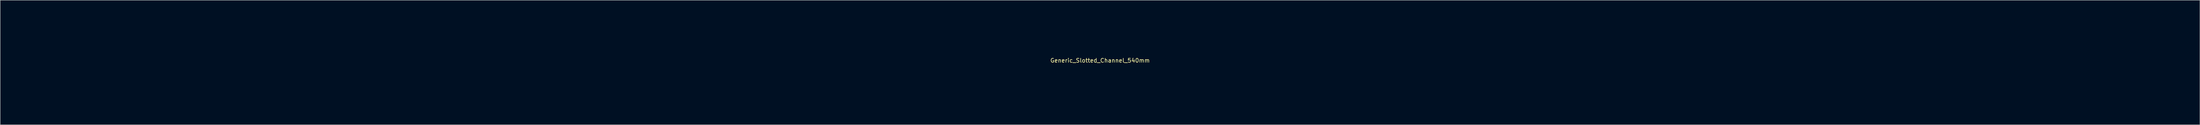
<source format=kicad_pcb>
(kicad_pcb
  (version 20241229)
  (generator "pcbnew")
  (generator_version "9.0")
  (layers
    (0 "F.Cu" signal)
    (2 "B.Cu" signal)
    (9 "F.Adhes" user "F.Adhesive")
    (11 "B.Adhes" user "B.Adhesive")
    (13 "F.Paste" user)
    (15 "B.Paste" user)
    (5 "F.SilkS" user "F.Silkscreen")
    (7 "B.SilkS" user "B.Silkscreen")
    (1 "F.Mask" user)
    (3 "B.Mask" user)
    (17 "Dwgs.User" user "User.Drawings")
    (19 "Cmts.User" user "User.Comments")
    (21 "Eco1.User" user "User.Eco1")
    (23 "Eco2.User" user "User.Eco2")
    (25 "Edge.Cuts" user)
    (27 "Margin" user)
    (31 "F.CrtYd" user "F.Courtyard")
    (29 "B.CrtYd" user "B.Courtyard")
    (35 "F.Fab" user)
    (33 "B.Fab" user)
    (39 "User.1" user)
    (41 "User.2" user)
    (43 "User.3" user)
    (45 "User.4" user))
  (footprint "Generic_Slotted_Channel_540mm"
    (layer "F.Cu")
    (at 270.025 12.525)
    (property "Reference" "Generic_Slotted_Channel_540mm" (at 0 -0.5 0) (unlocked yes) (layer "F.SilkS") (effects (font (size 1 1) (thickness 0.15))))
    (fp_line (start -270 -12.5) (end -270 -10.5) (stroke (width 0.05) (type solid)) (layer "User.1"))
    (fp_line (start -270 -12.5) (end -262 -12.5) (stroke (width 0.05) (type solid)) (layer "User.1"))
    (fp_line (start -270 -10.5) (end -270 10.5) (stroke (width 0.05) (type solid)) (layer "User.1"))
    (fp_line (start -270 -10.5) (end -262 -10.5) (stroke (width 0.05) (type solid)) (layer "User.1"))
    (fp_line (start -270 10.5) (end -270 12.5) (stroke (width 0.05) (type solid)) (layer "User.1"))
    (fp_line (start -270 10.5) (end -262 10.5) (stroke (width 0.05) (type solid)) (layer "User.1"))
    (fp_line (start -270 12.5) (end -262 12.5) (stroke (width 0.05) (type solid)) (layer "User.1"))
    (fp_line (start -262 -12.5) (end -262 -10.5) (stroke (width 0.05) (type solid)) (layer "User.1"))
    (fp_line (start -262 10.5) (end -262 12.5) (stroke (width 0.05) (type solid)) (layer "User.1"))
    (fp_line (start -261.5 -12.5) (end -262 -12.5) (stroke (width 0.05) (type solid)) (layer "User.1"))
    (fp_line (start -261.5 -10.5) (end -262 -10.5) (stroke (width 0.05) (type solid)) (layer "User.1"))
    (fp_line (start -261.5 10.5) (end -262 10.5) (stroke (width 0.05) (type solid)) (layer "User.1"))
    (fp_line (start -261.5 12.5) (end -262 12.5) (stroke (width 0.05) (type solid)) (layer "User.1"))
    (fp_line (start -261 -12.5) (end -261.5 -12.5) (stroke (width 0.05) (type solid)) (layer "User.1"))
    (fp_line (start -261 -10.5) (end -261.5 -10.5) (stroke (width 0.05) (type solid)) (layer "User.1"))
    (fp_line (start -261 10.5) (end -261.5 10.5) (stroke (width 0.05) (type solid)) (layer "User.1"))
    (fp_line (start -261 12.5) (end -261.5 12.5) (stroke (width 0.05) (type solid)) (layer "User.1"))
    (fp_line (start -260.5 -12.5) (end -261 -12.5) (stroke (width 0.05) (type solid)) (layer "User.1"))
    (fp_line (start -260.5 -10.5) (end -261 -10.5) (stroke (width 0.05) (type solid)) (layer "User.1"))
    (fp_line (start -260.5 10.5) (end -261 10.5) (stroke (width 0.05) (type solid)) (layer "User.1"))
    (fp_line (start -260.5 12.5) (end -261 12.5) (stroke (width 0.05) (type solid)) (layer "User.1"))
    (fp_line (start -260 -12.5) (end -260.5 -12.5) (stroke (width 0.05) (type solid)) (layer "User.1"))
    (fp_line (start -260 -12.5) (end -260 -10.5) (stroke (width 0.05) (type solid)) (layer "User.1"))
    (fp_line (start -260 -12.5) (end -244 -12.5) (stroke (width 0.05) (type solid)) (layer "User.1"))
    (fp_line (start -260 -10.5) (end -260.5 -10.5) (stroke (width 0.05) (type solid)) (layer "User.1"))
    (fp_line (start -260 -10.5) (end -244 -10.5) (stroke (width 0.05) (type solid)) (layer "User.1"))
    (fp_line (start -260 10.5) (end -260.5 10.5) (stroke (width 0.05) (type solid)) (layer "User.1"))
    (fp_line (start -260 10.5) (end -260 12.5) (stroke (width 0.05) (type solid)) (layer "User.1"))
    (fp_line (start -260 10.5) (end -244 10.5) (stroke (width 0.05) (type solid)) (layer "User.1"))
    (fp_line (start -260 12.5) (end -260.5 12.5) (stroke (width 0.05) (type solid)) (layer "User.1"))
    (fp_line (start -260 12.5) (end -244 12.5) (stroke (width 0.05) (type solid)) (layer "User.1"))
    (fp_line (start -244 -12.5) (end -244 -10.5) (stroke (width 0.05) (type solid)) (layer "User.1"))
    (fp_line (start -244 10.5) (end -244 12.5) (stroke (width 0.05) (type solid)) (layer "User.1"))
    (fp_line (start -243.5 -12.5) (end -244 -12.5) (stroke (width 0.05) (type solid)) (layer "User.1"))
    (fp_line (start -243.5 -10.5) (end -244 -10.5) (stroke (width 0.05) (type solid)) (layer "User.1"))
    (fp_line (start -243.5 10.5) (end -244 10.5) (stroke (width 0.05) (type solid)) (layer "User.1"))
    (fp_line (start -243.5 12.5) (end -244 12.5) (stroke (width 0.05) (type solid)) (layer "User.1"))
    (fp_line (start -243 -12.5) (end -243.5 -12.5) (stroke (width 0.05) (type solid)) (layer "User.1"))
    (fp_line (start -243 -10.5) (end -243.5 -10.5) (stroke (width 0.05) (type solid)) (layer "User.1"))
    (fp_line (start -243 10.5) (end -243.5 10.5) (stroke (width 0.05) (type solid)) (layer "User.1"))
    (fp_line (start -243 12.5) (end -243.5 12.5) (stroke (width 0.05) (type solid)) (layer "User.1"))
    (fp_line (start -242.5 -12.5) (end -243 -12.5) (stroke (width 0.05) (type solid)) (layer "User.1"))
    (fp_line (start -242.5 -10.5) (end -243 -10.5) (stroke (width 0.05) (type solid)) (layer "User.1"))
    (fp_line (start -242.5 10.5) (end -243 10.5) (stroke (width 0.05) (type solid)) (layer "User.1"))
    (fp_line (start -242.5 12.5) (end -243 12.5) (stroke (width 0.05) (type solid)) (layer "User.1"))
    (fp_line (start -242 -12.5) (end -242.5 -12.5) (stroke (width 0.05) (type solid)) (layer "User.1"))
    (fp_line (start -242 -12.5) (end -242 -10.5) (stroke (width 0.05) (type solid)) (layer "User.1"))
    (fp_line (start -242 -12.5) (end -226 -12.5) (stroke (width 0.05) (type solid)) (layer "User.1"))
    (fp_line (start -242 -10.5) (end -242.5 -10.5) (stroke (width 0.05) (type solid)) (layer "User.1"))
    (fp_line (start -242 -10.5) (end -226 -10.5) (stroke (width 0.05) (type solid)) (layer "User.1"))
    (fp_line (start -242 10.5) (end -242.5 10.5) (stroke (width 0.05) (type solid)) (layer "User.1"))
    (fp_line (start -242 10.5) (end -242 12.5) (stroke (width 0.05) (type solid)) (layer "User.1"))
    (fp_line (start -242 10.5) (end -226 10.5) (stroke (width 0.05) (type solid)) (layer "User.1"))
    (fp_line (start -242 12.5) (end -242.5 12.5) (stroke (width 0.05) (type solid)) (layer "User.1"))
    (fp_line (start -242 12.5) (end -226 12.5) (stroke (width 0.05) (type solid)) (layer "User.1"))
    (fp_line (start -226 -12.5) (end -226 -10.5) (stroke (width 0.05) (type solid)) (layer "User.1"))
    (fp_line (start -226 10.5) (end -226 12.5) (stroke (width 0.05) (type solid)) (layer "User.1"))
    (fp_line (start -225.5 -12.5) (end -226 -12.5) (stroke (width 0.05) (type solid)) (layer "User.1"))
    (fp_line (start -225.5 -10.5) (end -226 -10.5) (stroke (width 0.05) (type solid)) (layer "User.1"))
    (fp_line (start -225.5 10.5) (end -226 10.5) (stroke (width 0.05) (type solid)) (layer "User.1"))
    (fp_line (start -225.5 12.5) (end -226 12.5) (stroke (width 0.05) (type solid)) (layer "User.1"))
    (fp_line (start -225 -12.5) (end -225.5 -12.5) (stroke (width 0.05) (type solid)) (layer "User.1"))
    (fp_line (start -225 -10.5) (end -225.5 -10.5) (stroke (width 0.05) (type solid)) (layer "User.1"))
    (fp_line (start -225 10.5) (end -225.5 10.5) (stroke (width 0.05) (type solid)) (layer "User.1"))
    (fp_line (start -225 12.5) (end -225.5 12.5) (stroke (width 0.05) (type solid)) (layer "User.1"))
    (fp_line (start -224.5 -12.5) (end -225 -12.5) (stroke (width 0.05) (type solid)) (layer "User.1"))
    (fp_line (start -224.5 -10.5) (end -225 -10.5) (stroke (width 0.05) (type solid)) (layer "User.1"))
    (fp_line (start -224.5 10.5) (end -225 10.5) (stroke (width 0.05) (type solid)) (layer "User.1"))
    (fp_line (start -224.5 12.5) (end -225 12.5) (stroke (width 0.05) (type solid)) (layer "User.1"))
    (fp_line (start -224 -12.5) (end -224.5 -12.5) (stroke (width 0.05) (type solid)) (layer "User.1"))
    (fp_line (start -224 -12.5) (end -224 -10.5) (stroke (width 0.05) (type solid)) (layer "User.1"))
    (fp_line (start -224 -12.5) (end -208 -12.5) (stroke (width 0.05) (type solid)) (layer "User.1"))
    (fp_line (start -224 -10.5) (end -224.5 -10.5) (stroke (width 0.05) (type solid)) (layer "User.1"))
    (fp_line (start -224 -10.5) (end -208 -10.5) (stroke (width 0.05) (type solid)) (layer "User.1"))
    (fp_line (start -224 10.5) (end -224.5 10.5) (stroke (width 0.05) (type solid)) (layer "User.1"))
    (fp_line (start -224 10.5) (end -224 12.5) (stroke (width 0.05) (type solid)) (layer "User.1"))
    (fp_line (start -224 10.5) (end -208 10.5) (stroke (width 0.05) (type solid)) (layer "User.1"))
    (fp_line (start -224 12.5) (end -224.5 12.5) (stroke (width 0.05) (type solid)) (layer "User.1"))
    (fp_line (start -224 12.5) (end -208 12.5) (stroke (width 0.05) (type solid)) (layer "User.1"))
    (fp_line (start -208 -12.5) (end -208 -10.5) (stroke (width 0.05) (type solid)) (layer "User.1"))
    (fp_line (start -208 10.5) (end -208 12.5) (stroke (width 0.05) (type solid)) (layer "User.1"))
    (fp_line (start -207.5 -12.5) (end -208 -12.5) (stroke (width 0.05) (type solid)) (layer "User.1"))
    (fp_line (start -207.5 -10.5) (end -208 -10.5) (stroke (width 0.05) (type solid)) (layer "User.1"))
    (fp_line (start -207.5 10.5) (end -208 10.5) (stroke (width 0.05) (type solid)) (layer "User.1"))
    (fp_line (start -207.5 12.5) (end -208 12.5) (stroke (width 0.05) (type solid)) (layer "User.1"))
    (fp_line (start -207 -12.5) (end -207.5 -12.5) (stroke (width 0.05) (type solid)) (layer "User.1"))
    (fp_line (start -207 -10.5) (end -207.5 -10.5) (stroke (width 0.05) (type solid)) (layer "User.1"))
    (fp_line (start -207 10.5) (end -207.5 10.5) (stroke (width 0.05) (type solid)) (layer "User.1"))
    (fp_line (start -207 12.5) (end -207.5 12.5) (stroke (width 0.05) (type solid)) (layer "User.1"))
    (fp_line (start -206.5 -12.5) (end -207 -12.5) (stroke (width 0.05) (type solid)) (layer "User.1"))
    (fp_line (start -206.5 -10.5) (end -207 -10.5) (stroke (width 0.05) (type solid)) (layer "User.1"))
    (fp_line (start -206.5 10.5) (end -207 10.5) (stroke (width 0.05) (type solid)) (layer "User.1"))
    (fp_line (start -206.5 12.5) (end -207 12.5) (stroke (width 0.05) (type solid)) (layer "User.1"))
    (fp_line (start -206 -12.5) (end -206.5 -12.5) (stroke (width 0.05) (type solid)) (layer "User.1"))
    (fp_line (start -206 -12.5) (end -206 -10.5) (stroke (width 0.05) (type solid)) (layer "User.1"))
    (fp_line (start -206 -12.5) (end -190 -12.5) (stroke (width 0.05) (type solid)) (layer "User.1"))
    (fp_line (start -206 -10.5) (end -206.5 -10.5) (stroke (width 0.05) (type solid)) (layer "User.1"))
    (fp_line (start -206 -10.5) (end -190 -10.5) (stroke (width 0.05) (type solid)) (layer "User.1"))
    (fp_line (start -206 10.5) (end -206.5 10.5) (stroke (width 0.05) (type solid)) (layer "User.1"))
    (fp_line (start -206 10.5) (end -206 12.5) (stroke (width 0.05) (type solid)) (layer "User.1"))
    (fp_line (start -206 10.5) (end -190 10.5) (stroke (width 0.05) (type solid)) (layer "User.1"))
    (fp_line (start -206 12.5) (end -206.5 12.5) (stroke (width 0.05) (type solid)) (layer "User.1"))
    (fp_line (start -206 12.5) (end -190 12.5) (stroke (width 0.05) (type solid)) (layer "User.1"))
    (fp_line (start -190 -12.5) (end -190 -10.5) (stroke (width 0.05) (type solid)) (layer "User.1"))
    (fp_line (start -190 10.5) (end -190 12.5) (stroke (width 0.05) (type solid)) (layer "User.1"))
    (fp_line (start -189.5 -12.5) (end -190 -12.5) (stroke (width 0.05) (type solid)) (layer "User.1"))
    (fp_line (start -189.5 -10.5) (end -190 -10.5) (stroke (width 0.05) (type solid)) (layer "User.1"))
    (fp_line (start -189.5 10.5) (end -190 10.5) (stroke (width 0.05) (type solid)) (layer "User.1"))
    (fp_line (start -189.5 12.5) (end -190 12.5) (stroke (width 0.05) (type solid)) (layer "User.1"))
    (fp_line (start -189 -12.5) (end -189.5 -12.5) (stroke (width 0.05) (type solid)) (layer "User.1"))
    (fp_line (start -189 -10.5) (end -189.5 -10.5) (stroke (width 0.05) (type solid)) (layer "User.1"))
    (fp_line (start -189 10.5) (end -189.5 10.5) (stroke (width 0.05) (type solid)) (layer "User.1"))
    (fp_line (start -189 12.5) (end -189.5 12.5) (stroke (width 0.05) (type solid)) (layer "User.1"))
    (fp_line (start -188.5 -12.5) (end -189 -12.5) (stroke (width 0.05) (type solid)) (layer "User.1"))
    (fp_line (start -188.5 -10.5) (end -189 -10.5) (stroke (width 0.05) (type solid)) (layer "User.1"))
    (fp_line (start -188.5 10.5) (end -189 10.5) (stroke (width 0.05) (type solid)) (layer "User.1"))
    (fp_line (start -188.5 12.5) (end -189 12.5) (stroke (width 0.05) (type solid)) (layer "User.1"))
    (fp_line (start -188 -12.5) (end -188.5 -12.5) (stroke (width 0.05) (type solid)) (layer "User.1"))
    (fp_line (start -188 -12.5) (end -188 -10.5) (stroke (width 0.05) (type solid)) (layer "User.1"))
    (fp_line (start -188 -12.5) (end -172 -12.5) (stroke (width 0.05) (type solid)) (layer "User.1"))
    (fp_line (start -188 -10.5) (end -188.5 -10.5) (stroke (width 0.05) (type solid)) (layer "User.1"))
    (fp_line (start -188 -10.5) (end -172 -10.5) (stroke (width 0.05) (type solid)) (layer "User.1"))
    (fp_line (start -188 10.5) (end -188.5 10.5) (stroke (width 0.05) (type solid)) (layer "User.1"))
    (fp_line (start -188 10.5) (end -188 12.5) (stroke (width 0.05) (type solid)) (layer "User.1"))
    (fp_line (start -188 10.5) (end -172 10.5) (stroke (width 0.05) (type solid)) (layer "User.1"))
    (fp_line (start -188 12.5) (end -188.5 12.5) (stroke (width 0.05) (type solid)) (layer "User.1"))
    (fp_line (start -188 12.5) (end -172 12.5) (stroke (width 0.05) (type solid)) (layer "User.1"))
    (fp_line (start -172 -12.5) (end -172 -10.5) (stroke (width 0.05) (type solid)) (layer "User.1"))
    (fp_line (start -172 10.5) (end -172 12.5) (stroke (width 0.05) (type solid)) (layer "User.1"))
    (fp_line (start -171.5 -12.5) (end -172 -12.5) (stroke (width 0.05) (type solid)) (layer "User.1"))
    (fp_line (start -171.5 -10.5) (end -172 -10.5) (stroke (width 0.05) (type solid)) (layer "User.1"))
    (fp_line (start -171.5 10.5) (end -172 10.5) (stroke (width 0.05) (type solid)) (layer "User.1"))
    (fp_line (start -171.5 12.5) (end -172 12.5) (stroke (width 0.05) (type solid)) (layer "User.1"))
    (fp_line (start -171 -12.5) (end -171.5 -12.5) (stroke (width 0.05) (type solid)) (layer "User.1"))
    (fp_line (start -171 -10.5) (end -171.5 -10.5) (stroke (width 0.05) (type solid)) (layer "User.1"))
    (fp_line (start -171 10.5) (end -171.5 10.5) (stroke (width 0.05) (type solid)) (layer "User.1"))
    (fp_line (start -171 12.5) (end -171.5 12.5) (stroke (width 0.05) (type solid)) (layer "User.1"))
    (fp_line (start -170.5 -12.5) (end -171 -12.5) (stroke (width 0.05) (type solid)) (layer "User.1"))
    (fp_line (start -170.5 -10.5) (end -171 -10.5) (stroke (width 0.05) (type solid)) (layer "User.1"))
    (fp_line (start -170.5 10.5) (end -171 10.5) (stroke (width 0.05) (type solid)) (layer "User.1"))
    (fp_line (start -170.5 12.5) (end -171 12.5) (stroke (width 0.05) (type solid)) (layer "User.1"))
    (fp_line (start -170 -12.5) (end -170.5 -12.5) (stroke (width 0.05) (type solid)) (layer "User.1"))
    (fp_line (start -170 -12.5) (end -170 -10.5) (stroke (width 0.05) (type solid)) (layer "User.1"))
    (fp_line (start -170 -12.5) (end -154 -12.5) (stroke (width 0.05) (type solid)) (layer "User.1"))
    (fp_line (start -170 -10.5) (end -170.5 -10.5) (stroke (width 0.05) (type solid)) (layer "User.1"))
    (fp_line (start -170 -10.5) (end -154 -10.5) (stroke (width 0.05) (type solid)) (layer "User.1"))
    (fp_line (start -170 10.5) (end -170.5 10.5) (stroke (width 0.05) (type solid)) (layer "User.1"))
    (fp_line (start -170 10.5) (end -170 12.5) (stroke (width 0.05) (type solid)) (layer "User.1"))
    (fp_line (start -170 10.5) (end -154 10.5) (stroke (width 0.05) (type solid)) (layer "User.1"))
    (fp_line (start -170 12.5) (end -170.5 12.5) (stroke (width 0.05) (type solid)) (layer "User.1"))
    (fp_line (start -170 12.5) (end -154 12.5) (stroke (width 0.05) (type solid)) (layer "User.1"))
    (fp_line (start -154 -12.5) (end -154 -10.5) (stroke (width 0.05) (type solid)) (layer "User.1"))
    (fp_line (start -154 10.5) (end -154 12.5) (stroke (width 0.05) (type solid)) (layer "User.1"))
    (fp_line (start -153.5 -12.5) (end -154 -12.5) (stroke (width 0.05) (type solid)) (layer "User.1"))
    (fp_line (start -153.5 -10.5) (end -154 -10.5) (stroke (width 0.05) (type solid)) (layer "User.1"))
    (fp_line (start -153.5 10.5) (end -154 10.5) (stroke (width 0.05) (type solid)) (layer "User.1"))
    (fp_line (start -153.5 12.5) (end -154 12.5) (stroke (width 0.05) (type solid)) (layer "User.1"))
    (fp_line (start -153 -12.5) (end -153.5 -12.5) (stroke (width 0.05) (type solid)) (layer "User.1"))
    (fp_line (start -153 -10.5) (end -153.5 -10.5) (stroke (width 0.05) (type solid)) (layer "User.1"))
    (fp_line (start -153 10.5) (end -153.5 10.5) (stroke (width 0.05) (type solid)) (layer "User.1"))
    (fp_line (start -153 12.5) (end -153.5 12.5) (stroke (width 0.05) (type solid)) (layer "User.1"))
    (fp_line (start -152.5 -12.5) (end -153 -12.5) (stroke (width 0.05) (type solid)) (layer "User.1"))
    (fp_line (start -152.5 -10.5) (end -153 -10.5) (stroke (width 0.05) (type solid)) (layer "User.1"))
    (fp_line (start -152.5 10.5) (end -153 10.5) (stroke (width 0.05) (type solid)) (layer "User.1"))
    (fp_line (start -152.5 12.5) (end -153 12.5) (stroke (width 0.05) (type solid)) (layer "User.1"))
    (fp_line (start -152 -12.5) (end -152.5 -12.5) (stroke (width 0.05) (type solid)) (layer "User.1"))
    (fp_line (start -152 -12.5) (end -152 -10.5) (stroke (width 0.05) (type solid)) (layer "User.1"))
    (fp_line (start -152 -12.5) (end -136 -12.5) (stroke (width 0.05) (type solid)) (layer "User.1"))
    (fp_line (start -152 -10.5) (end -152.5 -10.5) (stroke (width 0.05) (type solid)) (layer "User.1"))
    (fp_line (start -152 -10.5) (end -136 -10.5) (stroke (width 0.05) (type solid)) (layer "User.1"))
    (fp_line (start -152 10.5) (end -152.5 10.5) (stroke (width 0.05) (type solid)) (layer "User.1"))
    (fp_line (start -152 10.5) (end -152 12.5) (stroke (width 0.05) (type solid)) (layer "User.1"))
    (fp_line (start -152 10.5) (end -136 10.5) (stroke (width 0.05) (type solid)) (layer "User.1"))
    (fp_line (start -152 12.5) (end -152.5 12.5) (stroke (width 0.05) (type solid)) (layer "User.1"))
    (fp_line (start -152 12.5) (end -136 12.5) (stroke (width 0.05) (type solid)) (layer "User.1"))
    (fp_line (start -136 -12.5) (end -136 -10.5) (stroke (width 0.05) (type solid)) (layer "User.1"))
    (fp_line (start -136 10.5) (end -136 12.5) (stroke (width 0.05) (type solid)) (layer "User.1"))
    (fp_line (start -135.5 -12.5) (end -136 -12.5) (stroke (width 0.05) (type solid)) (layer "User.1"))
    (fp_line (start -135.5 -10.5) (end -136 -10.5) (stroke (width 0.05) (type solid)) (layer "User.1"))
    (fp_line (start -135.5 10.5) (end -136 10.5) (stroke (width 0.05) (type solid)) (layer "User.1"))
    (fp_line (start -135.5 12.5) (end -136 12.5) (stroke (width 0.05) (type solid)) (layer "User.1"))
    (fp_line (start -135 -12.5) (end -135.5 -12.5) (stroke (width 0.05) (type solid)) (layer "User.1"))
    (fp_line (start -135 -10.5) (end -135.5 -10.5) (stroke (width 0.05) (type solid)) (layer "User.1"))
    (fp_line (start -135 10.5) (end -135.5 10.5) (stroke (width 0.05) (type solid)) (layer "User.1"))
    (fp_line (start -135 12.5) (end -135.5 12.5) (stroke (width 0.05) (type solid)) (layer "User.1"))
    (fp_line (start -134.5 -12.5) (end -135 -12.5) (stroke (width 0.05) (type solid)) (layer "User.1"))
    (fp_line (start -134.5 -10.5) (end -135 -10.5) (stroke (width 0.05) (type solid)) (layer "User.1"))
    (fp_line (start -134.5 10.5) (end -135 10.5) (stroke (width 0.05) (type solid)) (layer "User.1"))
    (fp_line (start -134.5 12.5) (end -135 12.5) (stroke (width 0.05) (type solid)) (layer "User.1"))
    (fp_line (start -134 -12.5) (end -134.5 -12.5) (stroke (width 0.05) (type solid)) (layer "User.1"))
    (fp_line (start -134 -12.5) (end -134 -10.5) (stroke (width 0.05) (type solid)) (layer "User.1"))
    (fp_line (start -134 -12.5) (end -118 -12.5) (stroke (width 0.05) (type solid)) (layer "User.1"))
    (fp_line (start -134 -10.5) (end -134.5 -10.5) (stroke (width 0.05) (type solid)) (layer "User.1"))
    (fp_line (start -134 -10.5) (end -118 -10.5) (stroke (width 0.05) (type solid)) (layer "User.1"))
    (fp_line (start -134 10.5) (end -134.5 10.5) (stroke (width 0.05) (type solid)) (layer "User.1"))
    (fp_line (start -134 10.5) (end -134 12.5) (stroke (width 0.05) (type solid)) (layer "User.1"))
    (fp_line (start -134 10.5) (end -118 10.5) (stroke (width 0.05) (type solid)) (layer "User.1"))
    (fp_line (start -134 12.5) (end -134.5 12.5) (stroke (width 0.05) (type solid)) (layer "User.1"))
    (fp_line (start -134 12.5) (end -118 12.5) (stroke (width 0.05) (type solid)) (layer "User.1"))
    (fp_line (start -118 -12.5) (end -118 -10.5) (stroke (width 0.05) (type solid)) (layer "User.1"))
    (fp_line (start -118 10.5) (end -118 12.5) (stroke (width 0.05) (type solid)) (layer "User.1"))
    (fp_line (start -117.5 -12.5) (end -118 -12.5) (stroke (width 0.05) (type solid)) (layer "User.1"))
    (fp_line (start -117.5 -10.5) (end -118 -10.5) (stroke (width 0.05) (type solid)) (layer "User.1"))
    (fp_line (start -117.5 10.5) (end -118 10.5) (stroke (width 0.05) (type solid)) (layer "User.1"))
    (fp_line (start -117.5 12.5) (end -118 12.5) (stroke (width 0.05) (type solid)) (layer "User.1"))
    (fp_line (start -117 -12.5) (end -117.5 -12.5) (stroke (width 0.05) (type solid)) (layer "User.1"))
    (fp_line (start -117 -10.5) (end -117.5 -10.5) (stroke (width 0.05) (type solid)) (layer "User.1"))
    (fp_line (start -117 10.5) (end -117.5 10.5) (stroke (width 0.05) (type solid)) (layer "User.1"))
    (fp_line (start -117 12.5) (end -117.5 12.5) (stroke (width 0.05) (type solid)) (layer "User.1"))
    (fp_line (start -116.5 -12.5) (end -117 -12.5) (stroke (width 0.05) (type solid)) (layer "User.1"))
    (fp_line (start -116.5 -10.5) (end -117 -10.5) (stroke (width 0.05) (type solid)) (layer "User.1"))
    (fp_line (start -116.5 10.5) (end -117 10.5) (stroke (width 0.05) (type solid)) (layer "User.1"))
    (fp_line (start -116.5 12.5) (end -117 12.5) (stroke (width 0.05) (type solid)) (layer "User.1"))
    (fp_line (start -116 -12.5) (end -116.5 -12.5) (stroke (width 0.05) (type solid)) (layer "User.1"))
    (fp_line (start -116 -12.5) (end -116 -10.5) (stroke (width 0.05) (type solid)) (layer "User.1"))
    (fp_line (start -116 -12.5) (end -100 -12.5) (stroke (width 0.05) (type solid)) (layer "User.1"))
    (fp_line (start -116 -10.5) (end -116.5 -10.5) (stroke (width 0.05) (type solid)) (layer "User.1"))
    (fp_line (start -116 -10.5) (end -100 -10.5) (stroke (width 0.05) (type solid)) (layer "User.1"))
    (fp_line (start -116 10.5) (end -116.5 10.5) (stroke (width 0.05) (type solid)) (layer "User.1"))
    (fp_line (start -116 10.5) (end -116 12.5) (stroke (width 0.05) (type solid)) (layer "User.1"))
    (fp_line (start -116 10.5) (end -100 10.5) (stroke (width 0.05) (type solid)) (layer "User.1"))
    (fp_line (start -116 12.5) (end -116.5 12.5) (stroke (width 0.05) (type solid)) (layer "User.1"))
    (fp_line (start -116 12.5) (end -100 12.5) (stroke (width 0.05) (type solid)) (layer "User.1"))
    (fp_line (start -100 -12.5) (end -100 -10.5) (stroke (width 0.05) (type solid)) (layer "User.1"))
    (fp_line (start -100 10.5) (end -100 12.5) (stroke (width 0.05) (type solid)) (layer "User.1"))
    (fp_line (start -99.5 -12.5) (end -100 -12.5) (stroke (width 0.05) (type solid)) (layer "User.1"))
    (fp_line (start -99.5 -10.5) (end -100 -10.5) (stroke (width 0.05) (type solid)) (layer "User.1"))
    (fp_line (start -99.5 10.5) (end -100 10.5) (stroke (width 0.05) (type solid)) (layer "User.1"))
    (fp_line (start -99.5 12.5) (end -100 12.5) (stroke (width 0.05) (type solid)) (layer "User.1"))
    (fp_line (start -99 -12.5) (end -99.5 -12.5) (stroke (width 0.05) (type solid)) (layer "User.1"))
    (fp_line (start -99 -10.5) (end -99.5 -10.5) (stroke (width 0.05) (type solid)) (layer "User.1"))
    (fp_line (start -99 10.5) (end -99.5 10.5) (stroke (width 0.05) (type solid)) (layer "User.1"))
    (fp_line (start -99 12.5) (end -99.5 12.5) (stroke (width 0.05) (type solid)) (layer "User.1"))
    (fp_line (start -98.5 -12.5) (end -99 -12.5) (stroke (width 0.05) (type solid)) (layer "User.1"))
    (fp_line (start -98.5 -10.5) (end -99 -10.5) (stroke (width 0.05) (type solid)) (layer "User.1"))
    (fp_line (start -98.5 10.5) (end -99 10.5) (stroke (width 0.05) (type solid)) (layer "User.1"))
    (fp_line (start -98.5 12.5) (end -99 12.5) (stroke (width 0.05) (type solid)) (layer "User.1"))
    (fp_line (start -98 -12.5) (end -98.5 -12.5) (stroke (width 0.05) (type solid)) (layer "User.1"))
    (fp_line (start -98 -12.5) (end -98 -10.5) (stroke (width 0.05) (type solid)) (layer "User.1"))
    (fp_line (start -98 -12.5) (end -82 -12.5) (stroke (width 0.05) (type solid)) (layer "User.1"))
    (fp_line (start -98 -10.5) (end -98.5 -10.5) (stroke (width 0.05) (type solid)) (layer "User.1"))
    (fp_line (start -98 -10.5) (end -82 -10.5) (stroke (width 0.05) (type solid)) (layer "User.1"))
    (fp_line (start -98 10.5) (end -98.5 10.5) (stroke (width 0.05) (type solid)) (layer "User.1"))
    (fp_line (start -98 10.5) (end -98 12.5) (stroke (width 0.05) (type solid)) (layer "User.1"))
    (fp_line (start -98 10.5) (end -82 10.5) (stroke (width 0.05) (type solid)) (layer "User.1"))
    (fp_line (start -98 12.5) (end -98.5 12.5) (stroke (width 0.05) (type solid)) (layer "User.1"))
    (fp_line (start -98 12.5) (end -82 12.5) (stroke (width 0.05) (type solid)) (layer "User.1"))
    (fp_line (start -82 -12.5) (end -82 -10.5) (stroke (width 0.05) (type solid)) (layer "User.1"))
    (fp_line (start -82 10.5) (end -82 12.5) (stroke (width 0.05) (type solid)) (layer "User.1"))
    (fp_line (start -81.5 -12.5) (end -82 -12.5) (stroke (width 0.05) (type solid)) (layer "User.1"))
    (fp_line (start -81.5 -10.5) (end -82 -10.5) (stroke (width 0.05) (type solid)) (layer "User.1"))
    (fp_line (start -81.5 10.5) (end -82 10.5) (stroke (width 0.05) (type solid)) (layer "User.1"))
    (fp_line (start -81.5 12.5) (end -82 12.5) (stroke (width 0.05) (type solid)) (layer "User.1"))
    (fp_line (start -81 -12.5) (end -81.5 -12.5) (stroke (width 0.05) (type solid)) (layer "User.1"))
    (fp_line (start -81 -10.5) (end -81.5 -10.5) (stroke (width 0.05) (type solid)) (layer "User.1"))
    (fp_line (start -81 10.5) (end -81.5 10.5) (stroke (width 0.05) (type solid)) (layer "User.1"))
    (fp_line (start -81 12.5) (end -81.5 12.5) (stroke (width 0.05) (type solid)) (layer "User.1"))
    (fp_line (start -80.5 -12.5) (end -81 -12.5) (stroke (width 0.05) (type solid)) (layer "User.1"))
    (fp_line (start -80.5 -10.5) (end -81 -10.5) (stroke (width 0.05) (type solid)) (layer "User.1"))
    (fp_line (start -80.5 10.5) (end -81 10.5) (stroke (width 0.05) (type solid)) (layer "User.1"))
    (fp_line (start -80.5 12.5) (end -81 12.5) (stroke (width 0.05) (type solid)) (layer "User.1"))
    (fp_line (start -80 -12.5) (end -80.5 -12.5) (stroke (width 0.05) (type solid)) (layer "User.1"))
    (fp_line (start -80 -12.5) (end -80 -10.5) (stroke (width 0.05) (type solid)) (layer "User.1"))
    (fp_line (start -80 -12.5) (end -64 -12.5) (stroke (width 0.05) (type solid)) (layer "User.1"))
    (fp_line (start -80 -10.5) (end -80.5 -10.5) (stroke (width 0.05) (type solid)) (layer "User.1"))
    (fp_line (start -80 -10.5) (end -64 -10.5) (stroke (width 0.05) (type solid)) (layer "User.1"))
    (fp_line (start -80 10.5) (end -80.5 10.5) (stroke (width 0.05) (type solid)) (layer "User.1"))
    (fp_line (start -80 10.5) (end -80 12.5) (stroke (width 0.05) (type solid)) (layer "User.1"))
    (fp_line (start -80 10.5) (end -64 10.5) (stroke (width 0.05) (type solid)) (layer "User.1"))
    (fp_line (start -80 12.5) (end -80.5 12.5) (stroke (width 0.05) (type solid)) (layer "User.1"))
    (fp_line (start -80 12.5) (end -64 12.5) (stroke (width 0.05) (type solid)) (layer "User.1"))
    (fp_line (start -64 -12.5) (end -64 -10.5) (stroke (width 0.05) (type solid)) (layer "User.1"))
    (fp_line (start -64 10.5) (end -64 12.5) (stroke (width 0.05) (type solid)) (layer "User.1"))
    (fp_line (start -63.5 -12.5) (end -64 -12.5) (stroke (width 0.05) (type solid)) (layer "User.1"))
    (fp_line (start -63.5 -10.5) (end -64 -10.5) (stroke (width 0.05) (type solid)) (layer "User.1"))
    (fp_line (start -63.5 10.5) (end -64 10.5) (stroke (width 0.05) (type solid)) (layer "User.1"))
    (fp_line (start -63.5 12.5) (end -64 12.5) (stroke (width 0.05) (type solid)) (layer "User.1"))
    (fp_line (start -63 -12.5) (end -63.5 -12.5) (stroke (width 0.05) (type solid)) (layer "User.1"))
    (fp_line (start -63 -10.5) (end -63.5 -10.5) (stroke (width 0.05) (type solid)) (layer "User.1"))
    (fp_line (start -63 10.5) (end -63.5 10.5) (stroke (width 0.05) (type solid)) (layer "User.1"))
    (fp_line (start -63 12.5) (end -63.5 12.5) (stroke (width 0.05) (type solid)) (layer "User.1"))
    (fp_line (start -62.5 -12.5) (end -63 -12.5) (stroke (width 0.05) (type solid)) (layer "User.1"))
    (fp_line (start -62.5 -10.5) (end -63 -10.5) (stroke (width 0.05) (type solid)) (layer "User.1"))
    (fp_line (start -62.5 10.5) (end -63 10.5) (stroke (width 0.05) (type solid)) (layer "User.1"))
    (fp_line (start -62.5 12.5) (end -63 12.5) (stroke (width 0.05) (type solid)) (layer "User.1"))
    (fp_line (start -62 -12.5) (end -62.5 -12.5) (stroke (width 0.05) (type solid)) (layer "User.1"))
    (fp_line (start -62 -12.5) (end -62 -10.5) (stroke (width 0.05) (type solid)) (layer "User.1"))
    (fp_line (start -62 -12.5) (end -46 -12.5) (stroke (width 0.05) (type solid)) (layer "User.1"))
    (fp_line (start -62 -10.5) (end -62.5 -10.5) (stroke (width 0.05) (type solid)) (layer "User.1"))
    (fp_line (start -62 -10.5) (end -46 -10.5) (stroke (width 0.05) (type solid)) (layer "User.1"))
    (fp_line (start -62 10.5) (end -62.5 10.5) (stroke (width 0.05) (type solid)) (layer "User.1"))
    (fp_line (start -62 10.5) (end -62 12.5) (stroke (width 0.05) (type solid)) (layer "User.1"))
    (fp_line (start -62 10.5) (end -46 10.5) (stroke (width 0.05) (type solid)) (layer "User.1"))
    (fp_line (start -62 12.5) (end -62.5 12.5) (stroke (width 0.05) (type solid)) (layer "User.1"))
    (fp_line (start -62 12.5) (end -46 12.5) (stroke (width 0.05) (type solid)) (layer "User.1"))
    (fp_line (start -46 -12.5) (end -46 -10.5) (stroke (width 0.05) (type solid)) (layer "User.1"))
    (fp_line (start -46 10.5) (end -46 12.5) (stroke (width 0.05) (type solid)) (layer "User.1"))
    (fp_line (start -45.5 -12.5) (end -46 -12.5) (stroke (width 0.05) (type solid)) (layer "User.1"))
    (fp_line (start -45.5 -10.5) (end -46 -10.5) (stroke (width 0.05) (type solid)) (layer "User.1"))
    (fp_line (start -45.5 10.5) (end -46 10.5) (stroke (width 0.05) (type solid)) (layer "User.1"))
    (fp_line (start -45.5 12.5) (end -46 12.5) (stroke (width 0.05) (type solid)) (layer "User.1"))
    (fp_line (start -45 -12.5) (end -45.5 -12.5) (stroke (width 0.05) (type solid)) (layer "User.1"))
    (fp_line (start -45 -10.5) (end -45.5 -10.5) (stroke (width 0.05) (type solid)) (layer "User.1"))
    (fp_line (start -45 10.5) (end -45.5 10.5) (stroke (width 0.05) (type solid)) (layer "User.1"))
    (fp_line (start -45 12.5) (end -45.5 12.5) (stroke (width 0.05) (type solid)) (layer "User.1"))
    (fp_line (start -44.5 -12.5) (end -45 -12.5) (stroke (width 0.05) (type solid)) (layer "User.1"))
    (fp_line (start -44.5 -10.5) (end -45 -10.5) (stroke (width 0.05) (type solid)) (layer "User.1"))
    (fp_line (start -44.5 10.5) (end -45 10.5) (stroke (width 0.05) (type solid)) (layer "User.1"))
    (fp_line (start -44.5 12.5) (end -45 12.5) (stroke (width 0.05) (type solid)) (layer "User.1"))
    (fp_line (start -44 -12.5) (end -44.5 -12.5) (stroke (width 0.05) (type solid)) (layer "User.1"))
    (fp_line (start -44 -12.5) (end -44 -10.5) (stroke (width 0.05) (type solid)) (layer "User.1"))
    (fp_line (start -44 -12.5) (end -28 -12.5) (stroke (width 0.05) (type solid)) (layer "User.1"))
    (fp_line (start -44 -10.5) (end -44.5 -10.5) (stroke (width 0.05) (type solid)) (layer "User.1"))
    (fp_line (start -44 -10.5) (end -28 -10.5) (stroke (width 0.05) (type solid)) (layer "User.1"))
    (fp_line (start -44 10.5) (end -44.5 10.5) (stroke (width 0.05) (type solid)) (layer "User.1"))
    (fp_line (start -44 10.5) (end -44 12.5) (stroke (width 0.05) (type solid)) (layer "User.1"))
    (fp_line (start -44 10.5) (end -28 10.5) (stroke (width 0.05) (type solid)) (layer "User.1"))
    (fp_line (start -44 12.5) (end -44.5 12.5) (stroke (width 0.05) (type solid)) (layer "User.1"))
    (fp_line (start -44 12.5) (end -28 12.5) (stroke (width 0.05) (type solid)) (layer "User.1"))
    (fp_line (start -28 -12.5) (end -28 -10.5) (stroke (width 0.05) (type solid)) (layer "User.1"))
    (fp_line (start -28 10.5) (end -28 12.5) (stroke (width 0.05) (type solid)) (layer "User.1"))
    (fp_line (start -27.5 -12.5) (end -28 -12.5) (stroke (width 0.05) (type solid)) (layer "User.1"))
    (fp_line (start -27.5 -10.5) (end -28 -10.5) (stroke (width 0.05) (type solid)) (layer "User.1"))
    (fp_line (start -27.5 10.5) (end -28 10.5) (stroke (width 0.05) (type solid)) (layer "User.1"))
    (fp_line (start -27.5 12.5) (end -28 12.5) (stroke (width 0.05) (type solid)) (layer "User.1"))
    (fp_line (start -27 -12.5) (end -27.5 -12.5) (stroke (width 0.05) (type solid)) (layer "User.1"))
    (fp_line (start -27 -10.5) (end -27.5 -10.5) (stroke (width 0.05) (type solid)) (layer "User.1"))
    (fp_line (start -27 10.5) (end -27.5 10.5) (stroke (width 0.05) (type solid)) (layer "User.1"))
    (fp_line (start -27 12.5) (end -27.5 12.5) (stroke (width 0.05) (type solid)) (layer "User.1"))
    (fp_line (start -26.5 -12.5) (end -27 -12.5) (stroke (width 0.05) (type solid)) (layer "User.1"))
    (fp_line (start -26.5 -10.5) (end -27 -10.5) (stroke (width 0.05) (type solid)) (layer "User.1"))
    (fp_line (start -26.5 10.5) (end -27 10.5) (stroke (width 0.05) (type solid)) (layer "User.1"))
    (fp_line (start -26.5 12.5) (end -27 12.5) (stroke (width 0.05) (type solid)) (layer "User.1"))
    (fp_line (start -26 -12.5) (end -26.5 -12.5) (stroke (width 0.05) (type solid)) (layer "User.1"))
    (fp_line (start -26 -12.5) (end -26 -10.5) (stroke (width 0.05) (type solid)) (layer "User.1"))
    (fp_line (start -26 -12.5) (end -10 -12.5) (stroke (width 0.05) (type solid)) (layer "User.1"))
    (fp_line (start -26 -10.5) (end -26.5 -10.5) (stroke (width 0.05) (type solid)) (layer "User.1"))
    (fp_line (start -26 -10.5) (end -10 -10.5) (stroke (width 0.05) (type solid)) (layer "User.1"))
    (fp_line (start -26 10.5) (end -26.5 10.5) (stroke (width 0.05) (type solid)) (layer "User.1"))
    (fp_line (start -26 10.5) (end -26 12.5) (stroke (width 0.05) (type solid)) (layer "User.1"))
    (fp_line (start -26 10.5) (end -10 10.5) (stroke (width 0.05) (type solid)) (layer "User.1"))
    (fp_line (start -26 12.5) (end -26.5 12.5) (stroke (width 0.05) (type solid)) (layer "User.1"))
    (fp_line (start -26 12.5) (end -10 12.5) (stroke (width 0.05) (type solid)) (layer "User.1"))
    (fp_line (start -10 -12.5) (end -10 -10.5) (stroke (width 0.05) (type solid)) (layer "User.1"))
    (fp_line (start -10 10.5) (end -10 12.5) (stroke (width 0.05) (type solid)) (layer "User.1"))
    (fp_line (start -9.5 -12.5) (end -10 -12.5) (stroke (width 0.05) (type solid)) (layer "User.1"))
    (fp_line (start -9.5 -10.5) (end -10 -10.5) (stroke (width 0.05) (type solid)) (layer "User.1"))
    (fp_line (start -9.5 10.5) (end -10 10.5) (stroke (width 0.05) (type solid)) (layer "User.1"))
    (fp_line (start -9.5 12.5) (end -10 12.5) (stroke (width 0.05) (type solid)) (layer "User.1"))
    (fp_line (start -9 -12.5) (end -9.5 -12.5) (stroke (width 0.05) (type solid)) (layer "User.1"))
    (fp_line (start -9 -10.5) (end -9.5 -10.5) (stroke (width 0.05) (type solid)) (layer "User.1"))
    (fp_line (start -9 10.5) (end -9.5 10.5) (stroke (width 0.05) (type solid)) (layer "User.1"))
    (fp_line (start -9 12.5) (end -9.5 12.5) (stroke (width 0.05) (type solid)) (layer "User.1"))
    (fp_line (start -8.5 -12.5) (end -9 -12.5) (stroke (width 0.05) (type solid)) (layer "User.1"))
    (fp_line (start -8.5 -10.5) (end -9 -10.5) (stroke (width 0.05) (type solid)) (layer "User.1"))
    (fp_line (start -8.5 10.5) (end -9 10.5) (stroke (width 0.05) (type solid)) (layer "User.1"))
    (fp_line (start -8.5 12.5) (end -9 12.5) (stroke (width 0.05) (type solid)) (layer "User.1"))
    (fp_line (start -8 -12.5) (end -8.5 -12.5) (stroke (width 0.05) (type solid)) (layer "User.1"))
    (fp_line (start -8 -12.5) (end -8 -10.5) (stroke (width 0.05) (type solid)) (layer "User.1"))
    (fp_line (start -8 -12.5) (end 8 -12.5) (stroke (width 0.05) (type solid)) (layer "User.1"))
    (fp_line (start -8 -10.5) (end -8.5 -10.5) (stroke (width 0.05) (type solid)) (layer "User.1"))
    (fp_line (start -8 -10.5) (end 8 -10.5) (stroke (width 0.05) (type solid)) (layer "User.1"))
    (fp_line (start -8 10.5) (end -8.5 10.5) (stroke (width 0.05) (type solid)) (layer "User.1"))
    (fp_line (start -8 10.5) (end -8 12.5) (stroke (width 0.05) (type solid)) (layer "User.1"))
    (fp_line (start -8 10.5) (end 8 10.5) (stroke (width 0.05) (type solid)) (layer "User.1"))
    (fp_line (start -8 12.5) (end -8.5 12.5) (stroke (width 0.05) (type solid)) (layer "User.1"))
    (fp_line (start -8 12.5) (end 8 12.5) (stroke (width 0.05) (type solid)) (layer "User.1"))
    (fp_line (start 8 -12.5) (end 8 -10.5) (stroke (width 0.05) (type solid)) (layer "User.1"))
    (fp_line (start 8 10.5) (end 8 12.5) (stroke (width 0.05) (type solid)) (layer "User.1"))
    (fp_line (start 8.5 -12.5) (end 8 -12.5) (stroke (width 0.05) (type solid)) (layer "User.1"))
    (fp_line (start 8.5 -10.5) (end 8 -10.5) (stroke (width 0.05) (type solid)) (layer "User.1"))
    (fp_line (start 8.5 10.5) (end 8 10.5) (stroke (width 0.05) (type solid)) (layer "User.1"))
    (fp_line (start 8.5 12.5) (end 8 12.5) (stroke (width 0.05) (type solid)) (layer "User.1"))
    (fp_line (start 9 -12.5) (end 8.5 -12.5) (stroke (width 0.05) (type solid)) (layer "User.1"))
    (fp_line (start 9 -10.5) (end 8.5 -10.5) (stroke (width 0.05) (type solid)) (layer "User.1"))
    (fp_line (start 9 10.5) (end 8.5 10.5) (stroke (width 0.05) (type solid)) (layer "User.1"))
    (fp_line (start 9 12.5) (end 8.5 12.5) (stroke (width 0.05) (type solid)) (layer "User.1"))
    (fp_line (start 9.5 -12.5) (end 9 -12.5) (stroke (width 0.05) (type solid)) (layer "User.1"))
    (fp_line (start 9.5 -10.5) (end 9 -10.5) (stroke (width 0.05) (type solid)) (layer "User.1"))
    (fp_line (start 9.5 10.5) (end 9 10.5) (stroke (width 0.05) (type solid)) (layer "User.1"))
    (fp_line (start 9.5 12.5) (end 9 12.5) (stroke (width 0.05) (type solid)) (layer "User.1"))
    (fp_line (start 10 -12.5) (end 9.5 -12.5) (stroke (width 0.05) (type solid)) (layer "User.1"))
    (fp_line (start 10 -12.5) (end 10 -10.5) (stroke (width 0.05) (type solid)) (layer "User.1"))
    (fp_line (start 10 -12.5) (end 26 -12.5) (stroke (width 0.05) (type solid)) (layer "User.1"))
    (fp_line (start 10 -10.5) (end 9.5 -10.5) (stroke (width 0.05) (type solid)) (layer "User.1"))
    (fp_line (start 10 -10.5) (end 26 -10.5) (stroke (width 0.05) (type solid)) (layer "User.1"))
    (fp_line (start 10 10.5) (end 9.5 10.5) (stroke (width 0.05) (type solid)) (layer "User.1"))
    (fp_line (start 10 10.5) (end 10 12.5) (stroke (width 0.05) (type solid)) (layer "User.1"))
    (fp_line (start 10 10.5) (end 26 10.5) (stroke (width 0.05) (type solid)) (layer "User.1"))
    (fp_line (start 10 12.5) (end 9.5 12.5) (stroke (width 0.05) (type solid)) (layer "User.1"))
    (fp_line (start 10 12.5) (end 26 12.5) (stroke (width 0.05) (type solid)) (layer "User.1"))
    (fp_line (start 26 -12.5) (end 26 -10.5) (stroke (width 0.05) (type solid)) (layer "User.1"))
    (fp_line (start 26 10.5) (end 26 12.5) (stroke (width 0.05) (type solid)) (layer "User.1"))
    (fp_line (start 26.5 -12.5) (end 26 -12.5) (stroke (width 0.05) (type solid)) (layer "User.1"))
    (fp_line (start 26.5 -10.5) (end 26 -10.5) (stroke (width 0.05) (type solid)) (layer "User.1"))
    (fp_line (start 26.5 10.5) (end 26 10.5) (stroke (width 0.05) (type solid)) (layer "User.1"))
    (fp_line (start 26.5 12.5) (end 26 12.5) (stroke (width 0.05) (type solid)) (layer "User.1"))
    (fp_line (start 27 -12.5) (end 26.5 -12.5) (stroke (width 0.05) (type solid)) (layer "User.1"))
    (fp_line (start 27 -10.5) (end 26.5 -10.5) (stroke (width 0.05) (type solid)) (layer "User.1"))
    (fp_line (start 27 10.5) (end 26.5 10.5) (stroke (width 0.05) (type solid)) (layer "User.1"))
    (fp_line (start 27 12.5) (end 26.5 12.5) (stroke (width 0.05) (type solid)) (layer "User.1"))
    (fp_line (start 27.5 -12.5) (end 27 -12.5) (stroke (width 0.05) (type solid)) (layer "User.1"))
    (fp_line (start 27.5 -10.5) (end 27 -10.5) (stroke (width 0.05) (type solid)) (layer "User.1"))
    (fp_line (start 27.5 10.5) (end 27 10.5) (stroke (width 0.05) (type solid)) (layer "User.1"))
    (fp_line (start 27.5 12.5) (end 27 12.5) (stroke (width 0.05) (type solid)) (layer "User.1"))
    (fp_line (start 28 -12.5) (end 27.5 -12.5) (stroke (width 0.05) (type solid)) (layer "User.1"))
    (fp_line (start 28 -12.5) (end 28 -10.5) (stroke (width 0.05) (type solid)) (layer "User.1"))
    (fp_line (start 28 -12.5) (end 44 -12.5) (stroke (width 0.05) (type solid)) (layer "User.1"))
    (fp_line (start 28 -10.5) (end 27.5 -10.5) (stroke (width 0.05) (type solid)) (layer "User.1"))
    (fp_line (start 28 -10.5) (end 44 -10.5) (stroke (width 0.05) (type solid)) (layer "User.1"))
    (fp_line (start 28 10.5) (end 27.5 10.5) (stroke (width 0.05) (type solid)) (layer "User.1"))
    (fp_line (start 28 10.5) (end 28 12.5) (stroke (width 0.05) (type solid)) (layer "User.1"))
    (fp_line (start 28 10.5) (end 44 10.5) (stroke (width 0.05) (type solid)) (layer "User.1"))
    (fp_line (start 28 12.5) (end 27.5 12.5) (stroke (width 0.05) (type solid)) (layer "User.1"))
    (fp_line (start 28 12.5) (end 44 12.5) (stroke (width 0.05) (type solid)) (layer "User.1"))
    (fp_line (start 44 -12.5) (end 44 -10.5) (stroke (width 0.05) (type solid)) (layer "User.1"))
    (fp_line (start 44 10.5) (end 44 12.5) (stroke (width 0.05) (type solid)) (layer "User.1"))
    (fp_line (start 44.5 -12.5) (end 44 -12.5) (stroke (width 0.05) (type solid)) (layer "User.1"))
    (fp_line (start 44.5 -10.5) (end 44 -10.5) (stroke (width 0.05) (type solid)) (layer "User.1"))
    (fp_line (start 44.5 10.5) (end 44 10.5) (stroke (width 0.05) (type solid)) (layer "User.1"))
    (fp_line (start 44.5 12.5) (end 44 12.5) (stroke (width 0.05) (type solid)) (layer "User.1"))
    (fp_line (start 45 -12.5) (end 44.5 -12.5) (stroke (width 0.05) (type solid)) (layer "User.1"))
    (fp_line (start 45 -10.5) (end 44.5 -10.5) (stroke (width 0.05) (type solid)) (layer "User.1"))
    (fp_line (start 45 10.5) (end 44.5 10.5) (stroke (width 0.05) (type solid)) (layer "User.1"))
    (fp_line (start 45 12.5) (end 44.5 12.5) (stroke (width 0.05) (type solid)) (layer "User.1"))
    (fp_line (start 45.5 -12.5) (end 45 -12.5) (stroke (width 0.05) (type solid)) (layer "User.1"))
    (fp_line (start 45.5 -10.5) (end 45 -10.5) (stroke (width 0.05) (type solid)) (layer "User.1"))
    (fp_line (start 45.5 10.5) (end 45 10.5) (stroke (width 0.05) (type solid)) (layer "User.1"))
    (fp_line (start 45.5 12.5) (end 45 12.5) (stroke (width 0.05) (type solid)) (layer "User.1"))
    (fp_line (start 46 -12.5) (end 45.5 -12.5) (stroke (width 0.05) (type solid)) (layer "User.1"))
    (fp_line (start 46 -12.5) (end 46 -10.5) (stroke (width 0.05) (type solid)) (layer "User.1"))
    (fp_line (start 46 -12.5) (end 62 -12.5) (stroke (width 0.05) (type solid)) (layer "User.1"))
    (fp_line (start 46 -10.5) (end 45.5 -10.5) (stroke (width 0.05) (type solid)) (layer "User.1"))
    (fp_line (start 46 -10.5) (end 62 -10.5) (stroke (width 0.05) (type solid)) (layer "User.1"))
    (fp_line (start 46 10.5) (end 45.5 10.5) (stroke (width 0.05) (type solid)) (layer "User.1"))
    (fp_line (start 46 10.5) (end 46 12.5) (stroke (width 0.05) (type solid)) (layer "User.1"))
    (fp_line (start 46 10.5) (end 62 10.5) (stroke (width 0.05) (type solid)) (layer "User.1"))
    (fp_line (start 46 12.5) (end 45.5 12.5) (stroke (width 0.05) (type solid)) (layer "User.1"))
    (fp_line (start 46 12.5) (end 62 12.5) (stroke (width 0.05) (type solid)) (layer "User.1"))
    (fp_line (start 62 -12.5) (end 62 -10.5) (stroke (width 0.05) (type solid)) (layer "User.1"))
    (fp_line (start 62 10.5) (end 62 12.5) (stroke (width 0.05) (type solid)) (layer "User.1"))
    (fp_line (start 62.5 -12.5) (end 62 -12.5) (stroke (width 0.05) (type solid)) (layer "User.1"))
    (fp_line (start 62.5 -10.5) (end 62 -10.5) (stroke (width 0.05) (type solid)) (layer "User.1"))
    (fp_line (start 62.5 10.5) (end 62 10.5) (stroke (width 0.05) (type solid)) (layer "User.1"))
    (fp_line (start 62.5 12.5) (end 62 12.5) (stroke (width 0.05) (type solid)) (layer "User.1"))
    (fp_line (start 63 -12.5) (end 62.5 -12.5) (stroke (width 0.05) (type solid)) (layer "User.1"))
    (fp_line (start 63 -10.5) (end 62.5 -10.5) (stroke (width 0.05) (type solid)) (layer "User.1"))
    (fp_line (start 63 10.5) (end 62.5 10.5) (stroke (width 0.05) (type solid)) (layer "User.1"))
    (fp_line (start 63 12.5) (end 62.5 12.5) (stroke (width 0.05) (type solid)) (layer "User.1"))
    (fp_line (start 63.5 -12.5) (end 63 -12.5) (stroke (width 0.05) (type solid)) (layer "User.1"))
    (fp_line (start 63.5 -10.5) (end 63 -10.5) (stroke (width 0.05) (type solid)) (layer "User.1"))
    (fp_line (start 63.5 10.5) (end 63 10.5) (stroke (width 0.05) (type solid)) (layer "User.1"))
    (fp_line (start 63.5 12.5) (end 63 12.5) (stroke (width 0.05) (type solid)) (layer "User.1"))
    (fp_line (start 64 -12.5) (end 63.5 -12.5) (stroke (width 0.05) (type solid)) (layer "User.1"))
    (fp_line (start 64 -12.5) (end 64 -10.5) (stroke (width 0.05) (type solid)) (layer "User.1"))
    (fp_line (start 64 -12.5) (end 80 -12.5) (stroke (width 0.05) (type solid)) (layer "User.1"))
    (fp_line (start 64 -10.5) (end 63.5 -10.5) (stroke (width 0.05) (type solid)) (layer "User.1"))
    (fp_line (start 64 -10.5) (end 80 -10.5) (stroke (width 0.05) (type solid)) (layer "User.1"))
    (fp_line (start 64 10.5) (end 63.5 10.5) (stroke (width 0.05) (type solid)) (layer "User.1"))
    (fp_line (start 64 10.5) (end 64 12.5) (stroke (width 0.05) (type solid)) (layer "User.1"))
    (fp_line (start 64 10.5) (end 80 10.5) (stroke (width 0.05) (type solid)) (layer "User.1"))
    (fp_line (start 64 12.5) (end 63.5 12.5) (stroke (width 0.05) (type solid)) (layer "User.1"))
    (fp_line (start 64 12.5) (end 80 12.5) (stroke (width 0.05) (type solid)) (layer "User.1"))
    (fp_line (start 80 -12.5) (end 80 -10.5) (stroke (width 0.05) (type solid)) (layer "User.1"))
    (fp_line (start 80 10.5) (end 80 12.5) (stroke (width 0.05) (type solid)) (layer "User.1"))
    (fp_line (start 80.5 -12.5) (end 80 -12.5) (stroke (width 0.05) (type solid)) (layer "User.1"))
    (fp_line (start 80.5 -10.5) (end 80 -10.5) (stroke (width 0.05) (type solid)) (layer "User.1"))
    (fp_line (start 80.5 10.5) (end 80 10.5) (stroke (width 0.05) (type solid)) (layer "User.1"))
    (fp_line (start 80.5 12.5) (end 80 12.5) (stroke (width 0.05) (type solid)) (layer "User.1"))
    (fp_line (start 81 -12.5) (end 80.5 -12.5) (stroke (width 0.05) (type solid)) (layer "User.1"))
    (fp_line (start 81 -10.5) (end 80.5 -10.5) (stroke (width 0.05) (type solid)) (layer "User.1"))
    (fp_line (start 81 10.5) (end 80.5 10.5) (stroke (width 0.05) (type solid)) (layer "User.1"))
    (fp_line (start 81 12.5) (end 80.5 12.5) (stroke (width 0.05) (type solid)) (layer "User.1"))
    (fp_line (start 81.5 -12.5) (end 81 -12.5) (stroke (width 0.05) (type solid)) (layer "User.1"))
    (fp_line (start 81.5 -10.5) (end 81 -10.5) (stroke (width 0.05) (type solid)) (layer "User.1"))
    (fp_line (start 81.5 10.5) (end 81 10.5) (stroke (width 0.05) (type solid)) (layer "User.1"))
    (fp_line (start 81.5 12.5) (end 81 12.5) (stroke (width 0.05) (type solid)) (layer "User.1"))
    (fp_line (start 82 -12.5) (end 81.5 -12.5) (stroke (width 0.05) (type solid)) (layer "User.1"))
    (fp_line (start 82 -12.5) (end 82 -10.5) (stroke (width 0.05) (type solid)) (layer "User.1"))
    (fp_line (start 82 -12.5) (end 98 -12.5) (stroke (width 0.05) (type solid)) (layer "User.1"))
    (fp_line (start 82 -10.5) (end 81.5 -10.5) (stroke (width 0.05) (type solid)) (layer "User.1"))
    (fp_line (start 82 -10.5) (end 98 -10.5) (stroke (width 0.05) (type solid)) (layer "User.1"))
    (fp_line (start 82 10.5) (end 81.5 10.5) (stroke (width 0.05) (type solid)) (layer "User.1"))
    (fp_line (start 82 10.5) (end 82 12.5) (stroke (width 0.05) (type solid)) (layer "User.1"))
    (fp_line (start 82 10.5) (end 98 10.5) (stroke (width 0.05) (type solid)) (layer "User.1"))
    (fp_line (start 82 12.5) (end 81.5 12.5) (stroke (width 0.05) (type solid)) (layer "User.1"))
    (fp_line (start 82 12.5) (end 98 12.5) (stroke (width 0.05) (type solid)) (layer "User.1"))
    (fp_line (start 98 -12.5) (end 98 -10.5) (stroke (width 0.05) (type solid)) (layer "User.1"))
    (fp_line (start 98 10.5) (end 98 12.5) (stroke (width 0.05) (type solid)) (layer "User.1"))
    (fp_line (start 98.5 -12.5) (end 98 -12.5) (stroke (width 0.05) (type solid)) (layer "User.1"))
    (fp_line (start 98.5 -10.5) (end 98 -10.5) (stroke (width 0.05) (type solid)) (layer "User.1"))
    (fp_line (start 98.5 10.5) (end 98 10.5) (stroke (width 0.05) (type solid)) (layer "User.1"))
    (fp_line (start 98.5 12.5) (end 98 12.5) (stroke (width 0.05) (type solid)) (layer "User.1"))
    (fp_line (start 99 -12.5) (end 98.5 -12.5) (stroke (width 0.05) (type solid)) (layer "User.1"))
    (fp_line (start 99 -10.5) (end 98.5 -10.5) (stroke (width 0.05) (type solid)) (layer "User.1"))
    (fp_line (start 99 10.5) (end 98.5 10.5) (stroke (width 0.05) (type solid)) (layer "User.1"))
    (fp_line (start 99 12.5) (end 98.5 12.5) (stroke (width 0.05) (type solid)) (layer "User.1"))
    (fp_line (start 99.5 -12.5) (end 99 -12.5) (stroke (width 0.05) (type solid)) (layer "User.1"))
    (fp_line (start 99.5 -10.5) (end 99 -10.5) (stroke (width 0.05) (type solid)) (layer "User.1"))
    (fp_line (start 99.5 10.5) (end 99 10.5) (stroke (width 0.05) (type solid)) (layer "User.1"))
    (fp_line (start 99.5 12.5) (end 99 12.5) (stroke (width 0.05) (type solid)) (layer "User.1"))
    (fp_line (start 100 -12.5) (end 99.5 -12.5) (stroke (width 0.05) (type solid)) (layer "User.1"))
    (fp_line (start 100 -12.5) (end 100 -10.5) (stroke (width 0.05) (type solid)) (layer "User.1"))
    (fp_line (start 100 -12.5) (end 116 -12.5) (stroke (width 0.05) (type solid)) (layer "User.1"))
    (fp_line (start 100 -10.5) (end 99.5 -10.5) (stroke (width 0.05) (type solid)) (layer "User.1"))
    (fp_line (start 100 -10.5) (end 116 -10.5) (stroke (width 0.05) (type solid)) (layer "User.1"))
    (fp_line (start 100 10.5) (end 99.5 10.5) (stroke (width 0.05) (type solid)) (layer "User.1"))
    (fp_line (start 100 10.5) (end 100 12.5) (stroke (width 0.05) (type solid)) (layer "User.1"))
    (fp_line (start 100 10.5) (end 116 10.5) (stroke (width 0.05) (type solid)) (layer "User.1"))
    (fp_line (start 100 12.5) (end 99.5 12.5) (stroke (width 0.05) (type solid)) (layer "User.1"))
    (fp_line (start 100 12.5) (end 116 12.5) (stroke (width 0.05) (type solid)) (layer "User.1"))
    (fp_line (start 116 -12.5) (end 116 -10.5) (stroke (width 0.05) (type solid)) (layer "User.1"))
    (fp_line (start 116 10.5) (end 116 12.5) (stroke (width 0.05) (type solid)) (layer "User.1"))
    (fp_line (start 116.5 -12.5) (end 116 -12.5) (stroke (width 0.05) (type solid)) (layer "User.1"))
    (fp_line (start 116.5 -10.5) (end 116 -10.5) (stroke (width 0.05) (type solid)) (layer "User.1"))
    (fp_line (start 116.5 10.5) (end 116 10.5) (stroke (width 0.05) (type solid)) (layer "User.1"))
    (fp_line (start 116.5 12.5) (end 116 12.5) (stroke (width 0.05) (type solid)) (layer "User.1"))
    (fp_line (start 117 -12.5) (end 116.5 -12.5) (stroke (width 0.05) (type solid)) (layer "User.1"))
    (fp_line (start 117 -10.5) (end 116.5 -10.5) (stroke (width 0.05) (type solid)) (layer "User.1"))
    (fp_line (start 117 10.5) (end 116.5 10.5) (stroke (width 0.05) (type solid)) (layer "User.1"))
    (fp_line (start 117 12.5) (end 116.5 12.5) (stroke (width 0.05) (type solid)) (layer "User.1"))
    (fp_line (start 117.5 -12.5) (end 117 -12.5) (stroke (width 0.05) (type solid)) (layer "User.1"))
    (fp_line (start 117.5 -10.5) (end 117 -10.5) (stroke (width 0.05) (type solid)) (layer "User.1"))
    (fp_line (start 117.5 10.5) (end 117 10.5) (stroke (width 0.05) (type solid)) (layer "User.1"))
    (fp_line (start 117.5 12.5) (end 117 12.5) (stroke (width 0.05) (type solid)) (layer "User.1"))
    (fp_line (start 118 -12.5) (end 117.5 -12.5) (stroke (width 0.05) (type solid)) (layer "User.1"))
    (fp_line (start 118 -12.5) (end 118 -10.5) (stroke (width 0.05) (type solid)) (layer "User.1"))
    (fp_line (start 118 -12.5) (end 134 -12.5) (stroke (width 0.05) (type solid)) (layer "User.1"))
    (fp_line (start 118 -10.5) (end 117.5 -10.5) (stroke (width 0.05) (type solid)) (layer "User.1"))
    (fp_line (start 118 -10.5) (end 134 -10.5) (stroke (width 0.05) (type solid)) (layer "User.1"))
    (fp_line (start 118 10.5) (end 117.5 10.5) (stroke (width 0.05) (type solid)) (layer "User.1"))
    (fp_line (start 118 10.5) (end 118 12.5) (stroke (width 0.05) (type solid)) (layer "User.1"))
    (fp_line (start 118 10.5) (end 134 10.5) (stroke (width 0.05) (type solid)) (layer "User.1"))
    (fp_line (start 118 12.5) (end 117.5 12.5) (stroke (width 0.05) (type solid)) (layer "User.1"))
    (fp_line (start 118 12.5) (end 134 12.5) (stroke (width 0.05) (type solid)) (layer "User.1"))
    (fp_line (start 134 -12.5) (end 134 -10.5) (stroke (width 0.05) (type solid)) (layer "User.1"))
    (fp_line (start 134 10.5) (end 134 12.5) (stroke (width 0.05) (type solid)) (layer "User.1"))
    (fp_line (start 134.5 -12.5) (end 134 -12.5) (stroke (width 0.05) (type solid)) (layer "User.1"))
    (fp_line (start 134.5 -10.5) (end 134 -10.5) (stroke (width 0.05) (type solid)) (layer "User.1"))
    (fp_line (start 134.5 10.5) (end 134 10.5) (stroke (width 0.05) (type solid)) (layer "User.1"))
    (fp_line (start 134.5 12.5) (end 134 12.5) (stroke (width 0.05) (type solid)) (layer "User.1"))
    (fp_line (start 135 -12.5) (end 134.5 -12.5) (stroke (width 0.05) (type solid)) (layer "User.1"))
    (fp_line (start 135 -10.5) (end 134.5 -10.5) (stroke (width 0.05) (type solid)) (layer "User.1"))
    (fp_line (start 135 10.5) (end 134.5 10.5) (stroke (width 0.05) (type solid)) (layer "User.1"))
    (fp_line (start 135 12.5) (end 134.5 12.5) (stroke (width 0.05) (type solid)) (layer "User.1"))
    (fp_line (start 135.5 -12.5) (end 135 -12.5) (stroke (width 0.05) (type solid)) (layer "User.1"))
    (fp_line (start 135.5 -10.5) (end 135 -10.5) (stroke (width 0.05) (type solid)) (layer "User.1"))
    (fp_line (start 135.5 10.5) (end 135 10.5) (stroke (width 0.05) (type solid)) (layer "User.1"))
    (fp_line (start 135.5 12.5) (end 135 12.5) (stroke (width 0.05) (type solid)) (layer "User.1"))
    (fp_line (start 136 -12.5) (end 135.5 -12.5) (stroke (width 0.05) (type solid)) (layer "User.1"))
    (fp_line (start 136 -12.5) (end 136 -10.5) (stroke (width 0.05) (type solid)) (layer "User.1"))
    (fp_line (start 136 -12.5) (end 152 -12.5) (stroke (width 0.05) (type solid)) (layer "User.1"))
    (fp_line (start 136 -10.5) (end 135.5 -10.5) (stroke (width 0.05) (type solid)) (layer "User.1"))
    (fp_line (start 136 -10.5) (end 152 -10.5) (stroke (width 0.05) (type solid)) (layer "User.1"))
    (fp_line (start 136 10.5) (end 135.5 10.5) (stroke (width 0.05) (type solid)) (layer "User.1"))
    (fp_line (start 136 10.5) (end 136 12.5) (stroke (width 0.05) (type solid)) (layer "User.1"))
    (fp_line (start 136 10.5) (end 152 10.5) (stroke (width 0.05) (type solid)) (layer "User.1"))
    (fp_line (start 136 12.5) (end 135.5 12.5) (stroke (width 0.05) (type solid)) (layer "User.1"))
    (fp_line (start 136 12.5) (end 152 12.5) (stroke (width 0.05) (type solid)) (layer "User.1"))
    (fp_line (start 152 -12.5) (end 152 -10.5) (stroke (width 0.05) (type solid)) (layer "User.1"))
    (fp_line (start 152 10.5) (end 152 12.5) (stroke (width 0.05) (type solid)) (layer "User.1"))
    (fp_line (start 152.5 -12.5) (end 152 -12.5) (stroke (width 0.05) (type solid)) (layer "User.1"))
    (fp_line (start 152.5 -10.5) (end 152 -10.5) (stroke (width 0.05) (type solid)) (layer "User.1"))
    (fp_line (start 152.5 10.5) (end 152 10.5) (stroke (width 0.05) (type solid)) (layer "User.1"))
    (fp_line (start 152.5 12.5) (end 152 12.5) (stroke (width 0.05) (type solid)) (layer "User.1"))
    (fp_line (start 153 -12.5) (end 152.5 -12.5) (stroke (width 0.05) (type solid)) (layer "User.1"))
    (fp_line (start 153 -10.5) (end 152.5 -10.5) (stroke (width 0.05) (type solid)) (layer "User.1"))
    (fp_line (start 153 10.5) (end 152.5 10.5) (stroke (width 0.05) (type solid)) (layer "User.1"))
    (fp_line (start 153 12.5) (end 152.5 12.5) (stroke (width 0.05) (type solid)) (layer "User.1"))
    (fp_line (start 153.5 -12.5) (end 153 -12.5) (stroke (width 0.05) (type solid)) (layer "User.1"))
    (fp_line (start 153.5 -10.5) (end 153 -10.5) (stroke (width 0.05) (type solid)) (layer "User.1"))
    (fp_line (start 153.5 10.5) (end 153 10.5) (stroke (width 0.05) (type solid)) (layer "User.1"))
    (fp_line (start 153.5 12.5) (end 153 12.5) (stroke (width 0.05) (type solid)) (layer "User.1"))
    (fp_line (start 154 -12.5) (end 153.5 -12.5) (stroke (width 0.05) (type solid)) (layer "User.1"))
    (fp_line (start 154 -12.5) (end 154 -10.5) (stroke (width 0.05) (type solid)) (layer "User.1"))
    (fp_line (start 154 -12.5) (end 170 -12.5) (stroke (width 0.05) (type solid)) (layer "User.1"))
    (fp_line (start 154 -10.5) (end 153.5 -10.5) (stroke (width 0.05) (type solid)) (layer "User.1"))
    (fp_line (start 154 -10.5) (end 170 -10.5) (stroke (width 0.05) (type solid)) (layer "User.1"))
    (fp_line (start 154 10.5) (end 153.5 10.5) (stroke (width 0.05) (type solid)) (layer "User.1"))
    (fp_line (start 154 10.5) (end 154 12.5) (stroke (width 0.05) (type solid)) (layer "User.1"))
    (fp_line (start 154 10.5) (end 170 10.5) (stroke (width 0.05) (type solid)) (layer "User.1"))
    (fp_line (start 154 12.5) (end 153.5 12.5) (stroke (width 0.05) (type solid)) (layer "User.1"))
    (fp_line (start 154 12.5) (end 170 12.5) (stroke (width 0.05) (type solid)) (layer "User.1"))
    (fp_line (start 170 -12.5) (end 170 -10.5) (stroke (width 0.05) (type solid)) (layer "User.1"))
    (fp_line (start 170 10.5) (end 170 12.5) (stroke (width 0.05) (type solid)) (layer "User.1"))
    (fp_line (start 170.5 -12.5) (end 170 -12.5) (stroke (width 0.05) (type solid)) (layer "User.1"))
    (fp_line (start 170.5 -10.5) (end 170 -10.5) (stroke (width 0.05) (type solid)) (layer "User.1"))
    (fp_line (start 170.5 10.5) (end 170 10.5) (stroke (width 0.05) (type solid)) (layer "User.1"))
    (fp_line (start 170.5 12.5) (end 170 12.5) (stroke (width 0.05) (type solid)) (layer "User.1"))
    (fp_line (start 171 -12.5) (end 170.5 -12.5) (stroke (width 0.05) (type solid)) (layer "User.1"))
    (fp_line (start 171 -10.5) (end 170.5 -10.5) (stroke (width 0.05) (type solid)) (layer "User.1"))
    (fp_line (start 171 10.5) (end 170.5 10.5) (stroke (width 0.05) (type solid)) (layer "User.1"))
    (fp_line (start 171 12.5) (end 170.5 12.5) (stroke (width 0.05) (type solid)) (layer "User.1"))
    (fp_line (start 171.5 -12.5) (end 171 -12.5) (stroke (width 0.05) (type solid)) (layer "User.1"))
    (fp_line (start 171.5 -10.5) (end 171 -10.5) (stroke (width 0.05) (type solid)) (layer "User.1"))
    (fp_line (start 171.5 10.5) (end 171 10.5) (stroke (width 0.05) (type solid)) (layer "User.1"))
    (fp_line (start 171.5 12.5) (end 171 12.5) (stroke (width 0.05) (type solid)) (layer "User.1"))
    (fp_line (start 172 -12.5) (end 171.5 -12.5) (stroke (width 0.05) (type solid)) (layer "User.1"))
    (fp_line (start 172 -12.5) (end 172 -10.5) (stroke (width 0.05) (type solid)) (layer "User.1"))
    (fp_line (start 172 -12.5) (end 188 -12.5) (stroke (width 0.05) (type solid)) (layer "User.1"))
    (fp_line (start 172 -10.5) (end 171.5 -10.5) (stroke (width 0.05) (type solid)) (layer "User.1"))
    (fp_line (start 172 -10.5) (end 188 -10.5) (stroke (width 0.05) (type solid)) (layer "User.1"))
    (fp_line (start 172 10.5) (end 171.5 10.5) (stroke (width 0.05) (type solid)) (layer "User.1"))
    (fp_line (start 172 10.5) (end 172 12.5) (stroke (width 0.05) (type solid)) (layer "User.1"))
    (fp_line (start 172 10.5) (end 188 10.5) (stroke (width 0.05) (type solid)) (layer "User.1"))
    (fp_line (start 172 12.5) (end 171.5 12.5) (stroke (width 0.05) (type solid)) (layer "User.1"))
    (fp_line (start 172 12.5) (end 188 12.5) (stroke (width 0.05) (type solid)) (layer "User.1"))
    (fp_line (start 188 -12.5) (end 188 -10.5) (stroke (width 0.05) (type solid)) (layer "User.1"))
    (fp_line (start 188 10.5) (end 188 12.5) (stroke (width 0.05) (type solid)) (layer "User.1"))
    (fp_line (start 188.5 -12.5) (end 188 -12.5) (stroke (width 0.05) (type solid)) (layer "User.1"))
    (fp_line (start 188.5 -10.5) (end 188 -10.5) (stroke (width 0.05) (type solid)) (layer "User.1"))
    (fp_line (start 188.5 10.5) (end 188 10.5) (stroke (width 0.05) (type solid)) (layer "User.1"))
    (fp_line (start 188.5 12.5) (end 188 12.5) (stroke (width 0.05) (type solid)) (layer "User.1"))
    (fp_line (start 189 -12.5) (end 188.5 -12.5) (stroke (width 0.05) (type solid)) (layer "User.1"))
    (fp_line (start 189 -10.5) (end 188.5 -10.5) (stroke (width 0.05) (type solid)) (layer "User.1"))
    (fp_line (start 189 10.5) (end 188.5 10.5) (stroke (width 0.05) (type solid)) (layer "User.1"))
    (fp_line (start 189 12.5) (end 188.5 12.5) (stroke (width 0.05) (type solid)) (layer "User.1"))
    (fp_line (start 189.5 -12.5) (end 189 -12.5) (stroke (width 0.05) (type solid)) (layer "User.1"))
    (fp_line (start 189.5 -10.5) (end 189 -10.5) (stroke (width 0.05) (type solid)) (layer "User.1"))
    (fp_line (start 189.5 10.5) (end 189 10.5) (stroke (width 0.05) (type solid)) (layer "User.1"))
    (fp_line (start 189.5 12.5) (end 189 12.5) (stroke (width 0.05) (type solid)) (layer "User.1"))
    (fp_line (start 190 -12.5) (end 189.5 -12.5) (stroke (width 0.05) (type solid)) (layer "User.1"))
    (fp_line (start 190 -12.5) (end 190 -10.5) (stroke (width 0.05) (type solid)) (layer "User.1"))
    (fp_line (start 190 -12.5) (end 206 -12.5) (stroke (width 0.05) (type solid)) (layer "User.1"))
    (fp_line (start 190 -10.5) (end 189.5 -10.5) (stroke (width 0.05) (type solid)) (layer "User.1"))
    (fp_line (start 190 -10.5) (end 206 -10.5) (stroke (width 0.05) (type solid)) (layer "User.1"))
    (fp_line (start 190 10.5) (end 189.5 10.5) (stroke (width 0.05) (type solid)) (layer "User.1"))
    (fp_line (start 190 10.5) (end 190 12.5) (stroke (width 0.05) (type solid)) (layer "User.1"))
    (fp_line (start 190 10.5) (end 206 10.5) (stroke (width 0.05) (type solid)) (layer "User.1"))
    (fp_line (start 190 12.5) (end 189.5 12.5) (stroke (width 0.05) (type solid)) (layer "User.1"))
    (fp_line (start 190 12.5) (end 206 12.5) (stroke (width 0.05) (type solid)) (layer "User.1"))
    (fp_line (start 206 -12.5) (end 206 -10.5) (stroke (width 0.05) (type solid)) (layer "User.1"))
    (fp_line (start 206 10.5) (end 206 12.5) (stroke (width 0.05) (type solid)) (layer "User.1"))
    (fp_line (start 206.5 -12.5) (end 206 -12.5) (stroke (width 0.05) (type solid)) (layer "User.1"))
    (fp_line (start 206.5 -10.5) (end 206 -10.5) (stroke (width 0.05) (type solid)) (layer "User.1"))
    (fp_line (start 206.5 10.5) (end 206 10.5) (stroke (width 0.05) (type solid)) (layer "User.1"))
    (fp_line (start 206.5 12.5) (end 206 12.5) (stroke (width 0.05) (type solid)) (layer "User.1"))
    (fp_line (start 207 -12.5) (end 206.5 -12.5) (stroke (width 0.05) (type solid)) (layer "User.1"))
    (fp_line (start 207 -10.5) (end 206.5 -10.5) (stroke (width 0.05) (type solid)) (layer "User.1"))
    (fp_line (start 207 10.5) (end 206.5 10.5) (stroke (width 0.05) (type solid)) (layer "User.1"))
    (fp_line (start 207 12.5) (end 206.5 12.5) (stroke (width 0.05) (type solid)) (layer "User.1"))
    (fp_line (start 207.5 -12.5) (end 207 -12.5) (stroke (width 0.05) (type solid)) (layer "User.1"))
    (fp_line (start 207.5 -10.5) (end 207 -10.5) (stroke (width 0.05) (type solid)) (layer "User.1"))
    (fp_line (start 207.5 10.5) (end 207 10.5) (stroke (width 0.05) (type solid)) (layer "User.1"))
    (fp_line (start 207.5 12.5) (end 207 12.5) (stroke (width 0.05) (type solid)) (layer "User.1"))
    (fp_line (start 208 -12.5) (end 207.5 -12.5) (stroke (width 0.05) (type solid)) (layer "User.1"))
    (fp_line (start 208 -12.5) (end 208 -10.5) (stroke (width 0.05) (type solid)) (layer "User.1"))
    (fp_line (start 208 -12.5) (end 224 -12.5) (stroke (width 0.05) (type solid)) (layer "User.1"))
    (fp_line (start 208 -10.5) (end 207.5 -10.5) (stroke (width 0.05) (type solid)) (layer "User.1"))
    (fp_line (start 208 -10.5) (end 224 -10.5) (stroke (width 0.05) (type solid)) (layer "User.1"))
    (fp_line (start 208 10.5) (end 207.5 10.5) (stroke (width 0.05) (type solid)) (layer "User.1"))
    (fp_line (start 208 10.5) (end 208 12.5) (stroke (width 0.05) (type solid)) (layer "User.1"))
    (fp_line (start 208 10.5) (end 224 10.5) (stroke (width 0.05) (type solid)) (layer "User.1"))
    (fp_line (start 208 12.5) (end 207.5 12.5) (stroke (width 0.05) (type solid)) (layer "User.1"))
    (fp_line (start 208 12.5) (end 224 12.5) (stroke (width 0.05) (type solid)) (layer "User.1"))
    (fp_line (start 224 -12.5) (end 224 -10.5) (stroke (width 0.05) (type solid)) (layer "User.1"))
    (fp_line (start 224 10.5) (end 224 12.5) (stroke (width 0.05) (type solid)) (layer "User.1"))
    (fp_line (start 224.5 -12.5) (end 224 -12.5) (stroke (width 0.05) (type solid)) (layer "User.1"))
    (fp_line (start 224.5 -10.5) (end 224 -10.5) (stroke (width 0.05) (type solid)) (layer "User.1"))
    (fp_line (start 224.5 10.5) (end 224 10.5) (stroke (width 0.05) (type solid)) (layer "User.1"))
    (fp_line (start 224.5 12.5) (end 224 12.5) (stroke (width 0.05) (type solid)) (layer "User.1"))
    (fp_line (start 225 -12.5) (end 224.5 -12.5) (stroke (width 0.05) (type solid)) (layer "User.1"))
    (fp_line (start 225 -10.5) (end 224.5 -10.5) (stroke (width 0.05) (type solid)) (layer "User.1"))
    (fp_line (start 225 10.5) (end 224.5 10.5) (stroke (width 0.05) (type solid)) (layer "User.1"))
    (fp_line (start 225 12.5) (end 224.5 12.5) (stroke (width 0.05) (type solid)) (layer "User.1"))
    (fp_line (start 225.5 -12.5) (end 225 -12.5) (stroke (width 0.05) (type solid)) (layer "User.1"))
    (fp_line (start 225.5 -10.5) (end 225 -10.5) (stroke (width 0.05) (type solid)) (layer "User.1"))
    (fp_line (start 225.5 10.5) (end 225 10.5) (stroke (width 0.05) (type solid)) (layer "User.1"))
    (fp_line (start 225.5 12.5) (end 225 12.5) (stroke (width 0.05) (type solid)) (layer "User.1"))
    (fp_line (start 226 -12.5) (end 225.5 -12.5) (stroke (width 0.05) (type solid)) (layer "User.1"))
    (fp_line (start 226 -12.5) (end 226 -10.5) (stroke (width 0.05) (type solid)) (layer "User.1"))
    (fp_line (start 226 -12.5) (end 242 -12.5) (stroke (width 0.05) (type solid)) (layer "User.1"))
    (fp_line (start 226 -10.5) (end 225.5 -10.5) (stroke (width 0.05) (type solid)) (layer "User.1"))
    (fp_line (start 226 -10.5) (end 242 -10.5) (stroke (width 0.05) (type solid)) (layer "User.1"))
    (fp_line (start 226 10.5) (end 225.5 10.5) (stroke (width 0.05) (type solid)) (layer "User.1"))
    (fp_line (start 226 10.5) (end 226 12.5) (stroke (width 0.05) (type solid)) (layer "User.1"))
    (fp_line (start 226 10.5) (end 242 10.5) (stroke (width 0.05) (type solid)) (layer "User.1"))
    (fp_line (start 226 12.5) (end 225.5 12.5) (stroke (width 0.05) (type solid)) (layer "User.1"))
    (fp_line (start 226 12.5) (end 242 12.5) (stroke (width 0.05) (type solid)) (layer "User.1"))
    (fp_line (start 242 -12.5) (end 242 -10.5) (stroke (width 0.05) (type solid)) (layer "User.1"))
    (fp_line (start 242 10.5) (end 242 12.5) (stroke (width 0.05) (type solid)) (layer "User.1"))
    (fp_line (start 242.5 -12.5) (end 242 -12.5) (stroke (width 0.05) (type solid)) (layer "User.1"))
    (fp_line (start 242.5 -10.5) (end 242 -10.5) (stroke (width 0.05) (type solid)) (layer "User.1"))
    (fp_line (start 242.5 10.5) (end 242 10.5) (stroke (width 0.05) (type solid)) (layer "User.1"))
    (fp_line (start 242.5 12.5) (end 242 12.5) (stroke (width 0.05) (type solid)) (layer "User.1"))
    (fp_line (start 243 -12.5) (end 242.5 -12.5) (stroke (width 0.05) (type solid)) (layer "User.1"))
    (fp_line (start 243 -10.5) (end 242.5 -10.5) (stroke (width 0.05) (type solid)) (layer "User.1"))
    (fp_line (start 243 10.5) (end 242.5 10.5) (stroke (width 0.05) (type solid)) (layer "User.1"))
    (fp_line (start 243 12.5) (end 242.5 12.5) (stroke (width 0.05) (type solid)) (layer "User.1"))
    (fp_line (start 243.5 -12.5) (end 243 -12.5) (stroke (width 0.05) (type solid)) (layer "User.1"))
    (fp_line (start 243.5 -10.5) (end 243 -10.5) (stroke (width 0.05) (type solid)) (layer "User.1"))
    (fp_line (start 243.5 10.5) (end 243 10.5) (stroke (width 0.05) (type solid)) (layer "User.1"))
    (fp_line (start 243.5 12.5) (end 243 12.5) (stroke (width 0.05) (type solid)) (layer "User.1"))
    (fp_line (start 244 -12.5) (end 243.5 -12.5) (stroke (width 0.05) (type solid)) (layer "User.1"))
    (fp_line (start 244 -12.5) (end 244 -10.5) (stroke (width 0.05) (type solid)) (layer "User.1"))
    (fp_line (start 244 -12.5) (end 260 -12.5) (stroke (width 0.05) (type solid)) (layer "User.1"))
    (fp_line (start 244 -10.5) (end 243.5 -10.5) (stroke (width 0.05) (type solid)) (layer "User.1"))
    (fp_line (start 244 -10.5) (end 260 -10.5) (stroke (width 0.05) (type solid)) (layer "User.1"))
    (fp_line (start 244 10.5) (end 243.5 10.5) (stroke (width 0.05) (type solid)) (layer "User.1"))
    (fp_line (start 244 10.5) (end 244 12.5) (stroke (width 0.05) (type solid)) (layer "User.1"))
    (fp_line (start 244 10.5) (end 260 10.5) (stroke (width 0.05) (type solid)) (layer "User.1"))
    (fp_line (start 244 12.5) (end 243.5 12.5) (stroke (width 0.05) (type solid)) (layer "User.1"))
    (fp_line (start 244 12.5) (end 260 12.5) (stroke (width 0.05) (type solid)) (layer "User.1"))
    (fp_line (start 260 -12.5) (end 260 -10.5) (stroke (width 0.05) (type solid)) (layer "User.1"))
    (fp_line (start 260 10.5) (end 260 12.5) (stroke (width 0.05) (type solid)) (layer "User.1"))
    (fp_line (start 260.5 -12.5) (end 260 -12.5) (stroke (width 0.05) (type solid)) (layer "User.1"))
    (fp_line (start 260.5 -10.5) (end 260 -10.5) (stroke (width 0.05) (type solid)) (layer "User.1"))
    (fp_line (start 260.5 10.5) (end 260 10.5) (stroke (width 0.05) (type solid)) (layer "User.1"))
    (fp_line (start 260.5 12.5) (end 260 12.5) (stroke (width 0.05) (type solid)) (layer "User.1"))
    (fp_line (start 261 -12.5) (end 260.5 -12.5) (stroke (width 0.05) (type solid)) (layer "User.1"))
    (fp_line (start 261 -10.5) (end 260.5 -10.5) (stroke (width 0.05) (type solid)) (layer "User.1"))
    (fp_line (start 261 10.5) (end 260.5 10.5) (stroke (width 0.05) (type solid)) (layer "User.1"))
    (fp_line (start 261 12.5) (end 260.5 12.5) (stroke (width 0.05) (type solid)) (layer "User.1"))
    (fp_line (start 261.5 -12.5) (end 261 -12.5) (stroke (width 0.05) (type solid)) (layer "User.1"))
    (fp_line (start 261.5 -10.5) (end 261 -10.5) (stroke (width 0.05) (type solid)) (layer "User.1"))
    (fp_line (start 261.5 10.5) (end 261 10.5) (stroke (width 0.05) (type solid)) (layer "User.1"))
    (fp_line (start 261.5 12.5) (end 261 12.5) (stroke (width 0.05) (type solid)) (layer "User.1"))
    (fp_line (start 262 -12.5) (end 261.5 -12.5) (stroke (width 0.05) (type solid)) (layer "User.1"))
    (fp_line (start 262 -12.5) (end 262 -10.5) (stroke (width 0.05) (type solid)) (layer "User.1"))
    (fp_line (start 262 -12.5) (end 270 -12.5) (stroke (width 0.05) (type solid)) (layer "User.1"))
    (fp_line (start 262 -10.5) (end 261.5 -10.5) (stroke (width 0.05) (type solid)) (layer "User.1"))
    (fp_line (start 262 -10.5) (end 270 -10.5) (stroke (width 0.05) (type solid)) (layer "User.1"))
    (fp_line (start 262 10.5) (end 261.5 10.5) (stroke (width 0.05) (type solid)) (layer "User.1"))
    (fp_line (start 262 10.5) (end 262 12.5) (stroke (width 0.05) (type solid)) (layer "User.1"))
    (fp_line (start 262 10.5) (end 270 10.5) (stroke (width 0.05) (type solid)) (layer "User.1"))
    (fp_line (start 262 12.5) (end 261.5 12.5) (stroke (width 0.05) (type solid)) (layer "User.1"))
    (fp_line (start 262 12.5) (end 270 12.5) (stroke (width 0.05) (type solid)) (layer "User.1"))
    (fp_line (start 270 -12.5) (end 270 -10.5) (stroke (width 0.05) (type solid)) (layer "User.1"))
    (fp_line (start 270 -10.5) (end 270 10.5) (stroke (width 0.05) (type solid)) (layer "User.1"))
    (fp_line (start 270 10.5) (end 270 12.5) (stroke (width 0.05) (type solid)) (layer "User.1")))
  (gr_rect
    (start -3 -3)
    (end 543.05 28.05)
    (stroke (width 0.1) (type default))
    (fill no)
    (layer "Edge.Cuts")))
</source>
